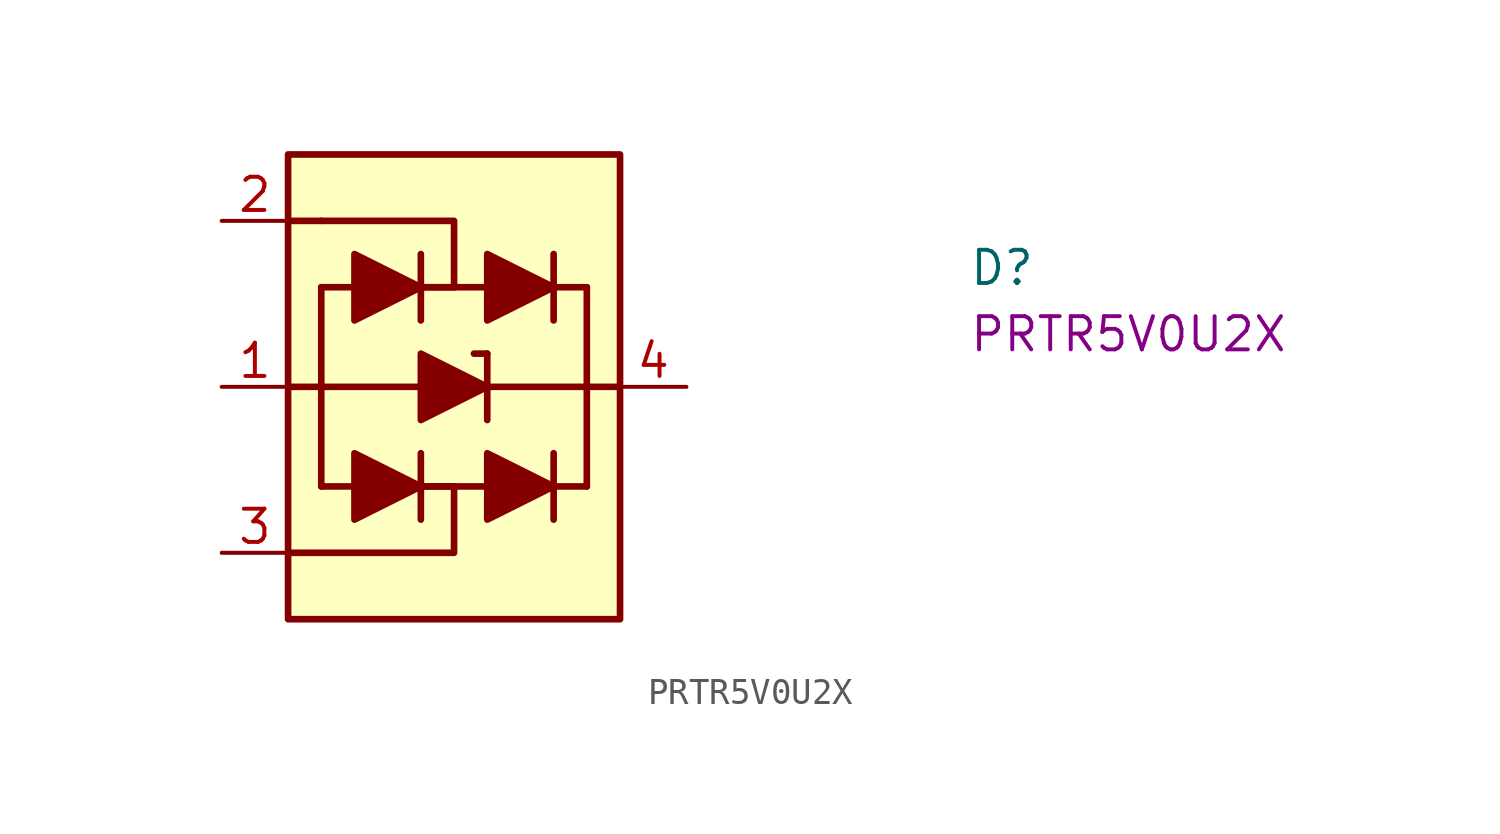
<source format=kicad_sym>
(kicad_symbol_lib
  (version 20220914)
  (generator kicad_symbol_editor)
  (symbol "PRTR5V0U2X"
    (pin_names
      (offset 0.002) hide)
    (property "Reference" "D"
      (at 28.575 -2.54 0)
      (effects (font (size 1.27 1.27) (thickness 0.15)) (justify left bottom)))
    (property "MPN" "PRTR5V0U2X"
      (at 28.575 -5.08 0)
      (effects (font (size 1.27 1.27) (thickness 0.15)) (justify left bottom)))
    (symbol "PRTR5V0U2X_0_1"
      (polyline (pts (xy 10.16 -5.08) (xy 9.652 -5.08)) (stroke (width 0.254) (type default)) (fill (type none))))
    (symbol "PRTR5V0U2X_1_1"
      (polyline (pts (xy 2.54 -6.35) (xy 7.62 -6.35)) (stroke (width 0.254) (type default)) (fill (type none)))
      (polyline (pts (xy 3.81 -2.54) (xy 3.81 -10.16)) (stroke (width 0.254) (type default)) (fill (type none)))
      (polyline (pts (xy 3.81 0) (xy 2.54 0)) (stroke (width 0.254) (type default)) (fill (type none)))
      (polyline (pts (xy 5.08 -10.16) (xy 3.81 -10.16)) (stroke (width 0.254) (type default)) (fill (type none)))
      (polyline (pts (xy 5.08 -2.54) (xy 3.81 -2.54)) (stroke (width 0.254) (type default)) (fill (type none)))
      (polyline (pts (xy 7.62 -8.89) (xy 7.62 -11.43)) (stroke (width 0.254) (type default)) (fill (type none)))
      (polyline (pts (xy 7.62 -1.27) (xy 7.62 -3.81)) (stroke (width 0.254) (type default)) (fill (type none)))
      (polyline (pts (xy 8.89 -10.16) (xy 7.62 -10.16)) (stroke (width 0.254) (type default)) (fill (type none)))
      (polyline (pts (xy 8.89 -2.54) (xy 7.62 -2.54)) (stroke (width 0.254) (type default)) (fill (type none)))
      (polyline (pts (xy 10.16 -10.16) (xy 6.35 -10.16)) (stroke (width 0.254) (type default)) (fill (type none)))
      (polyline (pts (xy 10.16 -6.35) (xy 15.24 -6.35)) (stroke (width 0.254) (type default)) (fill (type none)))
      (polyline (pts (xy 10.16 -5.08) (xy 10.16 -7.62)) (stroke (width 0.254) (type default)) (fill (type none)))
      (polyline (pts (xy 10.16 -2.54) (xy 6.35 -2.54)) (stroke (width 0.254) (type default)) (fill (type none)))
      (polyline (pts (xy 12.7 -10.16) (xy 13.97 -10.16)) (stroke (width 0.254) (type default)) (fill (type none)))
      (polyline (pts (xy 12.7 -8.89) (xy 12.7 -11.43)) (stroke (width 0.254) (type default)) (fill (type none)))
      (polyline (pts (xy 12.7 -2.54) (xy 13.97 -2.54)) (stroke (width 0.254) (type default)) (fill (type none)))
      (polyline (pts (xy 12.7 -1.27) (xy 12.7 -3.81)) (stroke (width 0.254) (type default)) (fill (type none)))
      (polyline (pts (xy 13.97 -2.54) (xy 13.97 -10.16)) (stroke (width 0.254) (type default)) (fill (type none)))
      (polyline (pts (xy 8.89 -10.16) (xy 8.89 -12.7) (xy 2.54 -12.7)) (stroke (width 0.254) (type default)) (fill (type none)))
      (polyline (pts (xy 8.89 -2.54) (xy 8.89 0) (xy 3.81 0)) (stroke (width 0.254) (type default)) (fill (type none)))
      (polyline (pts (xy 5.08 -8.89) (xy 5.08 -11.43) (xy 7.62 -10.16) (xy 5.08 -8.89)) (stroke (width 0.254) (type default)) (fill (type outline)))
      (polyline (pts (xy 5.08 -1.27) (xy 5.08 -3.81) (xy 7.62 -2.54) (xy 5.08 -1.27)) (stroke (width 0.254) (type default)) (fill (type outline)))
      (polyline (pts (xy 7.62 -5.08) (xy 7.62 -7.62) (xy 10.16 -6.35) (xy 7.62 -5.08)) (stroke (width 0.254) (type default)) (fill (type outline)))
      (polyline (pts (xy 10.16 -8.89) (xy 10.16 -11.43) (xy 12.7 -10.16) (xy 10.16 -8.89)) (stroke (width 0.254) (type default)) (fill (type outline)))
      (polyline (pts (xy 10.16 -1.27) (xy 10.16 -3.81) (xy 12.7 -2.54) (xy 10.16 -1.27)) (stroke (width 0.254) (type default)) (fill (type outline)))
      (rectangle (start 2.54 2.54) (end 15.24 -15.24) (stroke (width 0.254) (type default)) (fill (type background)))
      (pin power_in line (at 0 -6.35 0) (length 2.54) (name "GND" (effects (font (size 1.27 1.27)))) (number "1" (effects (font (size 1.27 1.27)))))
      (pin bidirectional line (at 0 0 0) (length 2.54) (name "IO1" (effects (font (size 1.27 1.27)))) (number "2" (effects (font (size 1.27 1.27)))))
      (pin bidirectional line (at 0 -12.7 0) (length 2.54) (name "IO2" (effects (font (size 1.27 1.27)))) (number "3" (effects (font (size 1.27 1.27)))))
      (pin power_in line (at 17.78 -6.35 180) (length 2.54) (name "VCC" (effects (font (size 1.27 1.27)))) (number "4" (effects (font (size 1.27 1.27))))))))
</source>
